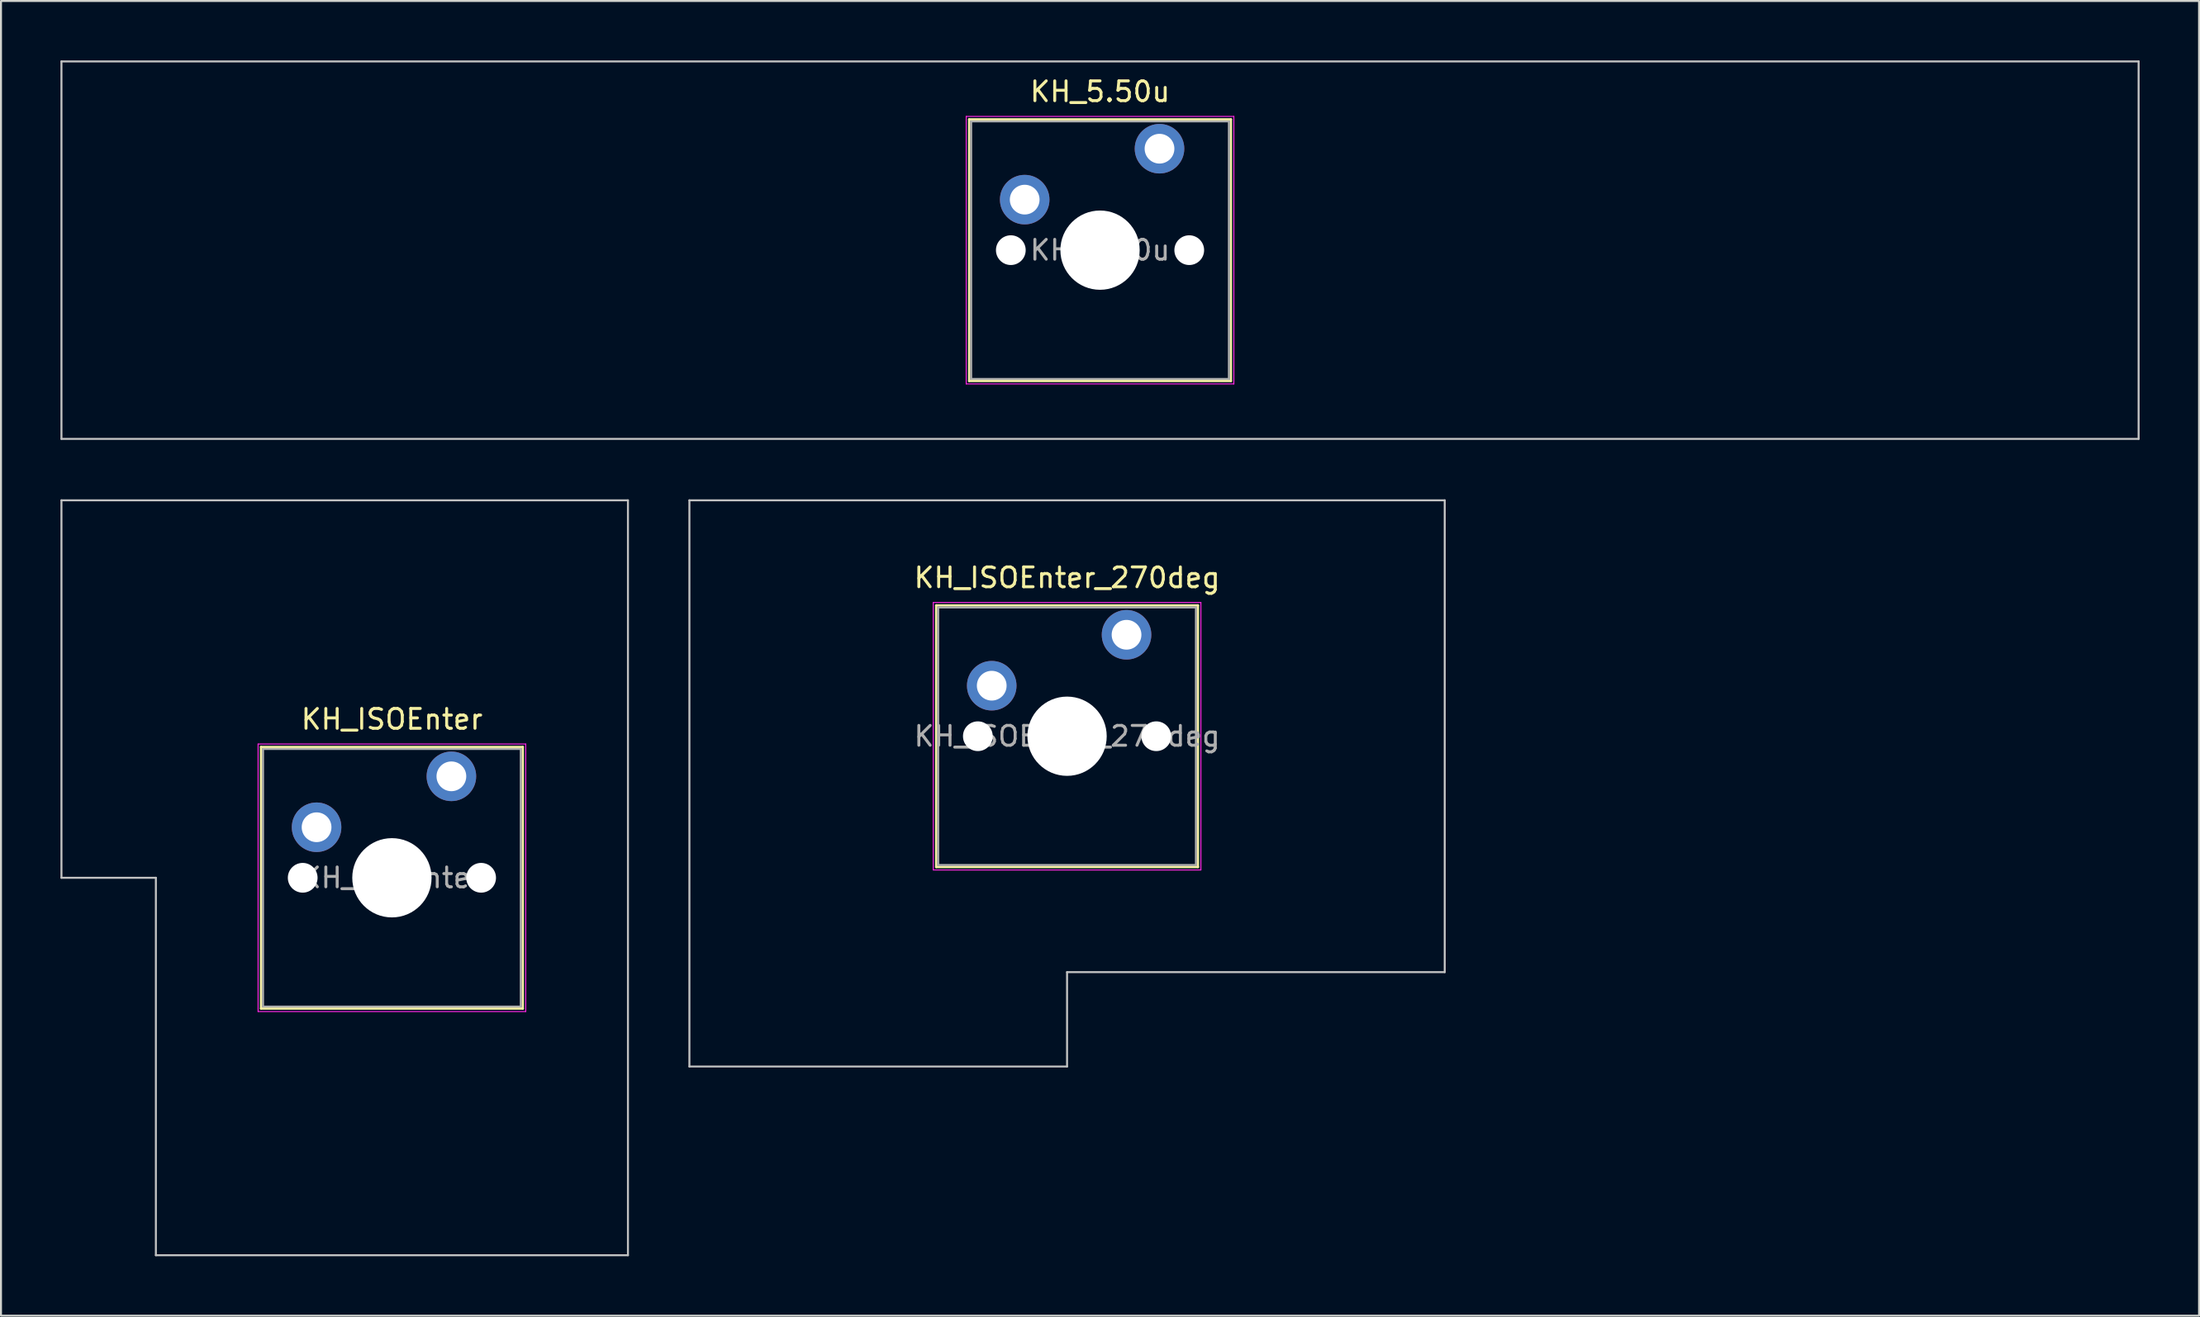
<source format=kicad_pcb>
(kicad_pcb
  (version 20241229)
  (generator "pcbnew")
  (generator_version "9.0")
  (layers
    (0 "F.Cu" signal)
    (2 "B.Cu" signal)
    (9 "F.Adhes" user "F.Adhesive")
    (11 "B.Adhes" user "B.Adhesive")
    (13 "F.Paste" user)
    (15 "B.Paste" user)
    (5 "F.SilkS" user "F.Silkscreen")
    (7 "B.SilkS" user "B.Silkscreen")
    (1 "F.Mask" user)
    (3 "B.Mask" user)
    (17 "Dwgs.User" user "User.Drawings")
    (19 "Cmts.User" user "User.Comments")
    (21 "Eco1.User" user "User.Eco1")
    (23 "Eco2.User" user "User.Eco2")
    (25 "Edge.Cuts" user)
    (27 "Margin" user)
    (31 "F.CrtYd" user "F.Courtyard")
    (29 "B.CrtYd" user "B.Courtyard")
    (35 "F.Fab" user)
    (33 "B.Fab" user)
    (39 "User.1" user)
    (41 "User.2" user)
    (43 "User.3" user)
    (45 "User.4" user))
  (footprint "KH_ISOEnter_270deg"
    (layer "F.Cu")
    (at 50.775 34.106)
    (property "Reference" "KH_ISOEnter_270deg" (at 0 -8 0) (layer "F.SilkS") (effects (font (size 1 1) (thickness 0.15))))
    (attr through_hole)
    (fp_line (start -6.6 -6.6) (end -6.6 6.6) (stroke (width 0.12) (type solid)) (layer "F.SilkS"))
    (fp_line (start -6.6 6.6) (end 6.6 6.6) (stroke (width 0.12) (type solid)) (layer "F.SilkS"))
    (fp_line (start 6.6 -6.6) (end -6.6 -6.6) (stroke (width 0.12) (type solid)) (layer "F.SilkS"))
    (fp_line (start 6.6 6.6) (end 6.6 -6.6) (stroke (width 0.12) (type solid)) (layer "F.SilkS"))
    (fp_line (start -19.05 -11.906) (end -19.05 16.669) (stroke (width 0.1) (type solid)) (layer "Dwgs.User"))
    (fp_line (start -19.05 16.669) (end 0 16.669) (stroke (width 0.1) (type solid)) (layer "Dwgs.User"))
    (fp_line (start 0 11.906) (end 19.05 11.906) (stroke (width 0.1) (type solid)) (layer "Dwgs.User"))
    (fp_line (start 0 16.669) (end 0 11.906) (stroke (width 0.1) (type solid)) (layer "Dwgs.User"))
    (fp_line (start 19.05 -11.906) (end -19.05 -11.906) (stroke (width 0.1) (type solid)) (layer "Dwgs.User"))
    (fp_line (start 19.05 11.906) (end 19.05 -11.906) (stroke (width 0.1) (type solid)) (layer "Dwgs.User"))
    (fp_line (start -6.1 -6.1) (end -6.1 6.1) (stroke (width 0.1) (type solid)) (layer "Eco1.User"))
    (fp_line (start -6.1 6.1) (end 6.1 6.1) (stroke (width 0.1) (type solid)) (layer "Eco1.User"))
    (fp_line (start 6.1 -6.1) (end -6.1 -6.1) (stroke (width 0.1) (type solid)) (layer "Eco1.User"))
    (fp_line (start 6.1 6.1) (end 6.1 -6.1) (stroke (width 0.1) (type solid)) (layer "Eco1.User"))
    (fp_line (start -6.75 -6.75) (end -6.75 6.75) (stroke (width 0.05) (type solid)) (layer "F.CrtYd"))
    (fp_line (start -6.75 6.75) (end 6.75 6.75) (stroke (width 0.05) (type solid)) (layer "F.CrtYd"))
    (fp_line (start 6.75 -6.75) (end -6.75 -6.75) (stroke (width 0.05) (type solid)) (layer "F.CrtYd"))
    (fp_line (start 6.75 6.75) (end 6.75 -6.75) (stroke (width 0.05) (type solid)) (layer "F.CrtYd"))
    (fp_line (start -6.5 -6.5) (end -6.5 6.5) (stroke (width 0.1) (type solid)) (layer "F.Fab"))
    (fp_line (start -6.5 6.5) (end 6.5 6.5) (stroke (width 0.1) (type solid)) (layer "F.Fab"))
    (fp_line (start 6.5 -6.5) (end -6.5 -6.5) (stroke (width 0.1) (type solid)) (layer "F.Fab"))
    (fp_line (start 6.5 6.5) (end 6.5 -6.5) (stroke (width 0.1) (type solid)) (layer "F.Fab"))
    (fp_text user "${REFERENCE}" (at 0 0 0) (layer "F.Fab") (effects (font (size 1 1) (thickness 0.15))))
    (pad "" np_thru_hole circle (at -4.5 0) (size 1.5 1.5) (drill 1.5) (layers "*.Cu" "*.Mask"))
    (pad "" np_thru_hole circle (at 0 0) (size 4 4) (drill 4) (layers "*.Cu" "*.Mask"))
    (pad "" np_thru_hole circle (at 4.5 0) (size 1.5 1.5) (drill 1.5) (layers "*.Cu" "*.Mask"))
    (pad "1" thru_hole circle (at -3.8 -2.55) (size 2.5 2.5) (drill 1.5) (layers "*.Cu" "*.Mask"))
    (pad "2" thru_hole circle (at 3 -5.12) (size 2.5 2.5) (drill 1.5) (layers "*.Cu" "*.Mask")))
  (footprint "KH_5.50u"
    (layer "F.Cu")
    (at 52.438 9.575)
    (property "Reference" "KH_5.50u" (at 0 -8 0) (layer "F.SilkS") (effects (font (size 1 1) (thickness 0.15))))
    (attr through_hole)
    (fp_line (start -6.6 -6.6) (end -6.6 6.6) (stroke (width 0.12) (type solid)) (layer "F.SilkS"))
    (fp_line (start -6.6 6.6) (end 6.6 6.6) (stroke (width 0.12) (type solid)) (layer "F.SilkS"))
    (fp_line (start 6.6 -6.6) (end -6.6 -6.6) (stroke (width 0.12) (type solid)) (layer "F.SilkS"))
    (fp_line (start 6.6 6.6) (end 6.6 -6.6) (stroke (width 0.12) (type solid)) (layer "F.SilkS"))
    (fp_line (start -52.388 -9.525) (end -52.388 9.525) (stroke (width 0.1) (type solid)) (layer "Dwgs.User"))
    (fp_line (start -52.388 9.525) (end 52.388 9.525) (stroke (width 0.1) (type solid)) (layer "Dwgs.User"))
    (fp_line (start 52.388 -9.525) (end -52.388 -9.525) (stroke (width 0.1) (type solid)) (layer "Dwgs.User"))
    (fp_line (start 52.388 9.525) (end 52.388 -9.525) (stroke (width 0.1) (type solid)) (layer "Dwgs.User"))
    (fp_line (start -6.1 -6.1) (end -6.1 6.1) (stroke (width 0.1) (type solid)) (layer "Eco1.User"))
    (fp_line (start -6.1 6.1) (end 6.1 6.1) (stroke (width 0.1) (type solid)) (layer "Eco1.User"))
    (fp_line (start 6.1 -6.1) (end -6.1 -6.1) (stroke (width 0.1) (type solid)) (layer "Eco1.User"))
    (fp_line (start 6.1 6.1) (end 6.1 -6.1) (stroke (width 0.1) (type solid)) (layer "Eco1.User"))
    (fp_line (start -6.75 -6.75) (end -6.75 6.75) (stroke (width 0.05) (type solid)) (layer "F.CrtYd"))
    (fp_line (start -6.75 6.75) (end 6.75 6.75) (stroke (width 0.05) (type solid)) (layer "F.CrtYd"))
    (fp_line (start 6.75 -6.75) (end -6.75 -6.75) (stroke (width 0.05) (type solid)) (layer "F.CrtYd"))
    (fp_line (start 6.75 6.75) (end 6.75 -6.75) (stroke (width 0.05) (type solid)) (layer "F.CrtYd"))
    (fp_line (start -6.5 -6.5) (end -6.5 6.5) (stroke (width 0.1) (type solid)) (layer "F.Fab"))
    (fp_line (start -6.5 6.5) (end 6.5 6.5) (stroke (width 0.1) (type solid)) (layer "F.Fab"))
    (fp_line (start 6.5 -6.5) (end -6.5 -6.5) (stroke (width 0.1) (type solid)) (layer "F.Fab"))
    (fp_line (start 6.5 6.5) (end 6.5 -6.5) (stroke (width 0.1) (type solid)) (layer "F.Fab"))
    (fp_text user "${REFERENCE}" (at 0 0 0) (layer "F.Fab") (effects (font (size 1 1) (thickness 0.15))))
    (pad "" np_thru_hole circle (at -4.5 0) (size 1.5 1.5) (drill 1.5) (layers "*.Cu" "*.Mask"))
    (pad "" np_thru_hole circle (at 0 0) (size 4 4) (drill 4) (layers "*.Cu" "*.Mask"))
    (pad "" np_thru_hole circle (at 4.5 0) (size 1.5 1.5) (drill 1.5) (layers "*.Cu" "*.Mask"))
    (pad "1" thru_hole circle (at -3.8 -2.55) (size 2.5 2.5) (drill 1.5) (layers "*.Cu" "*.Mask"))
    (pad "2" thru_hole circle (at 3 -5.12) (size 2.5 2.5) (drill 1.5) (layers "*.Cu" "*.Mask")))
  (footprint "KH_ISOEnter"
    (layer "F.Cu")
    (at 16.719 41.25)
    (property "Reference" "KH_ISOEnter" (at 0 -8 0) (layer "F.SilkS") (effects (font (size 1 1) (thickness 0.15))))
    (attr through_hole)
    (fp_line (start -6.6 -6.6) (end -6.6 6.6) (stroke (width 0.12) (type solid)) (layer "F.SilkS"))
    (fp_line (start -6.6 6.6) (end 6.6 6.6) (stroke (width 0.12) (type solid)) (layer "F.SilkS"))
    (fp_line (start 6.6 -6.6) (end -6.6 -6.6) (stroke (width 0.12) (type solid)) (layer "F.SilkS"))
    (fp_line (start 6.6 6.6) (end 6.6 -6.6) (stroke (width 0.12) (type solid)) (layer "F.SilkS"))
    (fp_line (start -16.669 -19.05) (end -16.669 0) (stroke (width 0.1) (type solid)) (layer "Dwgs.User"))
    (fp_line (start -16.669 0) (end -11.906 0) (stroke (width 0.1) (type solid)) (layer "Dwgs.User"))
    (fp_line (start -11.906 0) (end -11.906 19.05) (stroke (width 0.1) (type solid)) (layer "Dwgs.User"))
    (fp_line (start -11.906 19.05) (end 11.906 19.05) (stroke (width 0.1) (type solid)) (layer "Dwgs.User"))
    (fp_line (start 11.906 -19.05) (end -16.669 -19.05) (stroke (width 0.1) (type solid)) (layer "Dwgs.User"))
    (fp_line (start 11.906 19.05) (end 11.906 -19.05) (stroke (width 0.1) (type solid)) (layer "Dwgs.User"))
    (fp_line (start -6.1 -6.1) (end -6.1 6.1) (stroke (width 0.1) (type solid)) (layer "Eco1.User"))
    (fp_line (start -6.1 6.1) (end 6.1 6.1) (stroke (width 0.1) (type solid)) (layer "Eco1.User"))
    (fp_line (start 6.1 -6.1) (end -6.1 -6.1) (stroke (width 0.1) (type solid)) (layer "Eco1.User"))
    (fp_line (start 6.1 6.1) (end 6.1 -6.1) (stroke (width 0.1) (type solid)) (layer "Eco1.User"))
    (fp_line (start -6.75 -6.75) (end -6.75 6.75) (stroke (width 0.05) (type solid)) (layer "F.CrtYd"))
    (fp_line (start -6.75 6.75) (end 6.75 6.75) (stroke (width 0.05) (type solid)) (layer "F.CrtYd"))
    (fp_line (start 6.75 -6.75) (end -6.75 -6.75) (stroke (width 0.05) (type solid)) (layer "F.CrtYd"))
    (fp_line (start 6.75 6.75) (end 6.75 -6.75) (stroke (width 0.05) (type solid)) (layer "F.CrtYd"))
    (fp_line (start -6.5 -6.5) (end -6.5 6.5) (stroke (width 0.1) (type solid)) (layer "F.Fab"))
    (fp_line (start -6.5 6.5) (end 6.5 6.5) (stroke (width 0.1) (type solid)) (layer "F.Fab"))
    (fp_line (start 6.5 -6.5) (end -6.5 -6.5) (stroke (width 0.1) (type solid)) (layer "F.Fab"))
    (fp_line (start 6.5 6.5) (end 6.5 -6.5) (stroke (width 0.1) (type solid)) (layer "F.Fab"))
    (fp_text user "${REFERENCE}" (at 0 0 0) (layer "F.Fab") (effects (font (size 1 1) (thickness 0.15))))
    (pad "" np_thru_hole circle (at -4.5 0) (size 1.5 1.5) (drill 1.5) (layers "*.Cu" "*.Mask"))
    (pad "" np_thru_hole circle (at 0 0) (size 4 4) (drill 4) (layers "*.Cu" "*.Mask"))
    (pad "" np_thru_hole circle (at 4.5 0) (size 1.5 1.5) (drill 1.5) (layers "*.Cu" "*.Mask"))
    (pad "1" thru_hole circle (at -3.8 -2.55) (size 2.5 2.5) (drill 1.5) (layers "*.Cu" "*.Mask"))
    (pad "2" thru_hole circle (at 3 -5.12) (size 2.5 2.5) (drill 1.5) (layers "*.Cu" "*.Mask")))
  (gr_rect
    (start -3 -3)
    (end 107.875 63.35)
    (stroke (width 0.1) (type default))
    (fill no)
    (layer "Edge.Cuts")))
</source>
